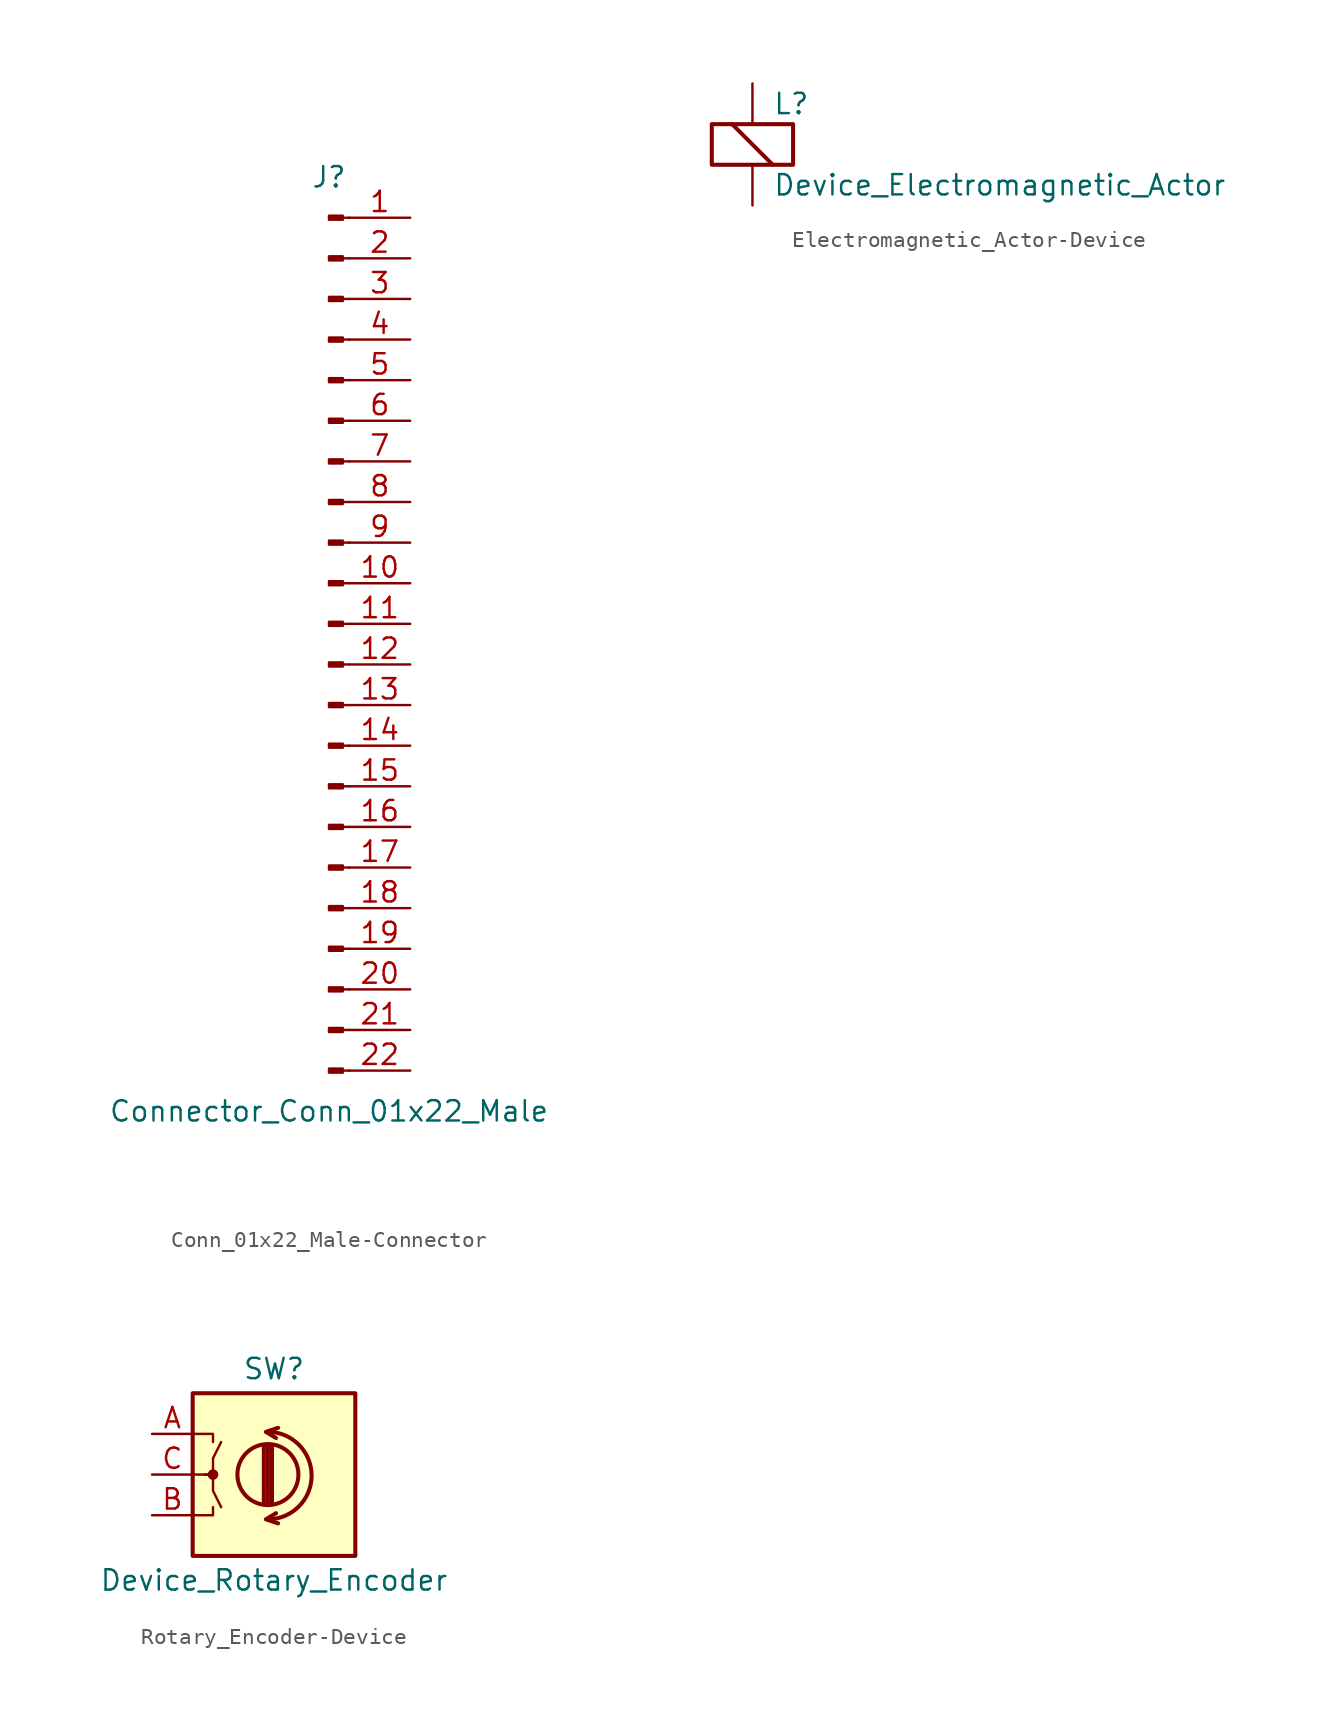
<source format=kicad_sym>
(kicad_symbol_lib
  (version 20220914)
  (generator kicad_symbol_editor)
  (symbol "Conn_01x22_Male-Connector"
    (pin_names
      (offset 1.016) hide)
    (property "Reference" "J"
      (at 0 27.94 0)
      (effects (font (size 1.27 1.27))))
    (property "Value" "Connector_Conn_01x22_Male"
      (at 0 -30.48 0)
      (effects (font (size 1.27 1.27))))
    (symbol "Conn_01x22_Male-Connector_1_1"
      (polyline (pts (xy 1.27 -27.94) (xy 0.864 -27.94)) (stroke (width 0.152) (type solid)) (fill (type none)))
      (polyline (pts (xy 1.27 -25.4) (xy 0.864 -25.4)) (stroke (width 0.152) (type solid)) (fill (type none)))
      (polyline (pts (xy 1.27 -22.86) (xy 0.864 -22.86)) (stroke (width 0.152) (type solid)) (fill (type none)))
      (polyline (pts (xy 1.27 -20.32) (xy 0.864 -20.32)) (stroke (width 0.152) (type solid)) (fill (type none)))
      (polyline (pts (xy 1.27 -17.78) (xy 0.864 -17.78)) (stroke (width 0.152) (type solid)) (fill (type none)))
      (polyline (pts (xy 1.27 -15.24) (xy 0.864 -15.24)) (stroke (width 0.152) (type solid)) (fill (type none)))
      (polyline (pts (xy 1.27 -12.7) (xy 0.864 -12.7)) (stroke (width 0.152) (type solid)) (fill (type none)))
      (polyline (pts (xy 1.27 -10.16) (xy 0.864 -10.16)) (stroke (width 0.152) (type solid)) (fill (type none)))
      (polyline (pts (xy 1.27 -7.62) (xy 0.864 -7.62)) (stroke (width 0.152) (type solid)) (fill (type none)))
      (polyline (pts (xy 1.27 -5.08) (xy 0.864 -5.08)) (stroke (width 0.152) (type solid)) (fill (type none)))
      (polyline (pts (xy 1.27 -2.54) (xy 0.864 -2.54)) (stroke (width 0.152) (type solid)) (fill (type none)))
      (polyline (pts (xy 1.27 0) (xy 0.864 0)) (stroke (width 0.152) (type solid)) (fill (type none)))
      (polyline (pts (xy 1.27 2.54) (xy 0.864 2.54)) (stroke (width 0.152) (type solid)) (fill (type none)))
      (polyline (pts (xy 1.27 5.08) (xy 0.864 5.08)) (stroke (width 0.152) (type solid)) (fill (type none)))
      (polyline (pts (xy 1.27 7.62) (xy 0.864 7.62)) (stroke (width 0.152) (type solid)) (fill (type none)))
      (polyline (pts (xy 1.27 10.16) (xy 0.864 10.16)) (stroke (width 0.152) (type solid)) (fill (type none)))
      (polyline (pts (xy 1.27 12.7) (xy 0.864 12.7)) (stroke (width 0.152) (type solid)) (fill (type none)))
      (polyline (pts (xy 1.27 15.24) (xy 0.864 15.24)) (stroke (width 0.152) (type solid)) (fill (type none)))
      (polyline (pts (xy 1.27 17.78) (xy 0.864 17.78)) (stroke (width 0.152) (type solid)) (fill (type none)))
      (polyline (pts (xy 1.27 20.32) (xy 0.864 20.32)) (stroke (width 0.152) (type solid)) (fill (type none)))
      (polyline (pts (xy 1.27 22.86) (xy 0.864 22.86)) (stroke (width 0.152) (type solid)) (fill (type none)))
      (polyline (pts (xy 1.27 25.4) (xy 0.864 25.4)) (stroke (width 0.152) (type solid)) (fill (type none)))
      (rectangle (start 0.864 -27.813) (end 0 -28.067) (stroke (width 0.152) (type solid)) (fill (type outline)))
      (rectangle (start 0.864 -25.273) (end 0 -25.527) (stroke (width 0.152) (type solid)) (fill (type outline)))
      (rectangle (start 0.864 -22.733) (end 0 -22.987) (stroke (width 0.152) (type solid)) (fill (type outline)))
      (rectangle (start 0.864 -20.193) (end 0 -20.447) (stroke (width 0.152) (type solid)) (fill (type outline)))
      (rectangle (start 0.864 -17.653) (end 0 -17.907) (stroke (width 0.152) (type solid)) (fill (type outline)))
      (rectangle (start 0.864 -15.113) (end 0 -15.367) (stroke (width 0.152) (type solid)) (fill (type outline)))
      (rectangle (start 0.864 -12.573) (end 0 -12.827) (stroke (width 0.152) (type solid)) (fill (type outline)))
      (rectangle (start 0.864 -10.033) (end 0 -10.287) (stroke (width 0.152) (type solid)) (fill (type outline)))
      (rectangle (start 0.864 -7.493) (end 0 -7.747) (stroke (width 0.152) (type solid)) (fill (type outline)))
      (rectangle (start 0.864 -4.953) (end 0 -5.207) (stroke (width 0.152) (type solid)) (fill (type outline)))
      (rectangle (start 0.864 -2.413) (end 0 -2.667) (stroke (width 0.152) (type solid)) (fill (type outline)))
      (rectangle (start 0.864 0.127) (end 0 -0.127) (stroke (width 0.152) (type solid)) (fill (type outline)))
      (rectangle (start 0.864 2.667) (end 0 2.413) (stroke (width 0.152) (type solid)) (fill (type outline)))
      (rectangle (start 0.864 5.207) (end 0 4.953) (stroke (width 0.152) (type solid)) (fill (type outline)))
      (rectangle (start 0.864 7.747) (end 0 7.493) (stroke (width 0.152) (type solid)) (fill (type outline)))
      (rectangle (start 0.864 10.287) (end 0 10.033) (stroke (width 0.152) (type solid)) (fill (type outline)))
      (rectangle (start 0.864 12.827) (end 0 12.573) (stroke (width 0.152) (type solid)) (fill (type outline)))
      (rectangle (start 0.864 15.367) (end 0 15.113) (stroke (width 0.152) (type solid)) (fill (type outline)))
      (rectangle (start 0.864 17.907) (end 0 17.653) (stroke (width 0.152) (type solid)) (fill (type outline)))
      (rectangle (start 0.864 20.447) (end 0 20.193) (stroke (width 0.152) (type solid)) (fill (type outline)))
      (rectangle (start 0.864 22.987) (end 0 22.733) (stroke (width 0.152) (type solid)) (fill (type outline)))
      (rectangle (start 0.864 25.527) (end 0 25.273) (stroke (width 0.152) (type solid)) (fill (type outline)))
      (pin passive line (at 5.08 25.4 180) (length 3.81) (name "Pin_1" (effects (font (size 1.27 1.27)))) (number "1" (effects (font (size 1.27 1.27)))))
      (pin passive line (at 5.08 2.54 180) (length 3.81) (name "Pin_10" (effects (font (size 1.27 1.27)))) (number "10" (effects (font (size 1.27 1.27)))))
      (pin passive line (at 5.08 0 180) (length 3.81) (name "Pin_11" (effects (font (size 1.27 1.27)))) (number "11" (effects (font (size 1.27 1.27)))))
      (pin passive line (at 5.08 -2.54 180) (length 3.81) (name "Pin_12" (effects (font (size 1.27 1.27)))) (number "12" (effects (font (size 1.27 1.27)))))
      (pin passive line (at 5.08 -5.08 180) (length 3.81) (name "Pin_13" (effects (font (size 1.27 1.27)))) (number "13" (effects (font (size 1.27 1.27)))))
      (pin passive line (at 5.08 -7.62 180) (length 3.81) (name "Pin_14" (effects (font (size 1.27 1.27)))) (number "14" (effects (font (size 1.27 1.27)))))
      (pin passive line (at 5.08 -10.16 180) (length 3.81) (name "Pin_15" (effects (font (size 1.27 1.27)))) (number "15" (effects (font (size 1.27 1.27)))))
      (pin passive line (at 5.08 -12.7 180) (length 3.81) (name "Pin_16" (effects (font (size 1.27 1.27)))) (number "16" (effects (font (size 1.27 1.27)))))
      (pin passive line (at 5.08 -15.24 180) (length 3.81) (name "Pin_17" (effects (font (size 1.27 1.27)))) (number "17" (effects (font (size 1.27 1.27)))))
      (pin passive line (at 5.08 -17.78 180) (length 3.81) (name "Pin_18" (effects (font (size 1.27 1.27)))) (number "18" (effects (font (size 1.27 1.27)))))
      (pin passive line (at 5.08 -20.32 180) (length 3.81) (name "Pin_19" (effects (font (size 1.27 1.27)))) (number "19" (effects (font (size 1.27 1.27)))))
      (pin passive line (at 5.08 22.86 180) (length 3.81) (name "Pin_2" (effects (font (size 1.27 1.27)))) (number "2" (effects (font (size 1.27 1.27)))))
      (pin passive line (at 5.08 -22.86 180) (length 3.81) (name "Pin_20" (effects (font (size 1.27 1.27)))) (number "20" (effects (font (size 1.27 1.27)))))
      (pin passive line (at 5.08 -25.4 180) (length 3.81) (name "Pin_21" (effects (font (size 1.27 1.27)))) (number "21" (effects (font (size 1.27 1.27)))))
      (pin passive line (at 5.08 -27.94 180) (length 3.81) (name "Pin_22" (effects (font (size 1.27 1.27)))) (number "22" (effects (font (size 1.27 1.27)))))
      (pin passive line (at 5.08 20.32 180) (length 3.81) (name "Pin_3" (effects (font (size 1.27 1.27)))) (number "3" (effects (font (size 1.27 1.27)))))
      (pin passive line (at 5.08 17.78 180) (length 3.81) (name "Pin_4" (effects (font (size 1.27 1.27)))) (number "4" (effects (font (size 1.27 1.27)))))
      (pin passive line (at 5.08 15.24 180) (length 3.81) (name "Pin_5" (effects (font (size 1.27 1.27)))) (number "5" (effects (font (size 1.27 1.27)))))
      (pin passive line (at 5.08 12.7 180) (length 3.81) (name "Pin_6" (effects (font (size 1.27 1.27)))) (number "6" (effects (font (size 1.27 1.27)))))
      (pin passive line (at 5.08 10.16 180) (length 3.81) (name "Pin_7" (effects (font (size 1.27 1.27)))) (number "7" (effects (font (size 1.27 1.27)))))
      (pin passive line (at 5.08 7.62 180) (length 3.81) (name "Pin_8" (effects (font (size 1.27 1.27)))) (number "8" (effects (font (size 1.27 1.27)))))
      (pin passive line (at 5.08 5.08 180) (length 3.81) (name "Pin_9" (effects (font (size 1.27 1.27)))) (number "9" (effects (font (size 1.27 1.27)))))))
  (symbol "Electromagnetic_Actor-Device"
    (pin_numbers hide)
    (pin_names
      (offset 0.025) hide)
    (property "Reference" "L"
      (at 1.27 3.81 0)
      (effects (font (size 1.27 1.27)) (justify left)))
    (property "Value" "Device_Electromagnetic_Actor"
      (at 1.27 -1.27 0)
      (effects (font (size 1.27 1.27)) (justify left)))
    (symbol "Electromagnetic_Actor-Device_0_1"
      (rectangle (start -2.54 2.54) (end 2.54 0) (stroke (width 0.254) (type solid)) (fill (type none)))
      (polyline (pts (xy -1.27 2.54) (xy 1.27 0)) (stroke (width 0.254) (type solid)) (fill (type none))))
    (symbol "Electromagnetic_Actor-Device_1_1"
      (pin passive line (at 0 5.08 270) (length 2.54) (name "-" (effects (font (size 1.27 1.27)))) (number "1" (effects (font (size 1.27 1.27)))))
      (pin passive line (at 0 -2.54 90) (length 2.54) (name "+" (effects (font (size 1.27 1.27)))) (number "2" (effects (font (size 1.27 1.27)))))))
  (symbol "Rotary_Encoder-Device"
    (pin_names
      (offset 0.254) hide)
    (property "Reference" "SW"
      (at 0 6.604 0)
      (effects (font (size 1.27 1.27))))
    (property "Value" "Device_Rotary_Encoder"
      (at 0 -6.604 0)
      (effects (font (size 1.27 1.27))))
    (symbol "Rotary_Encoder-Device_0_1"
      (rectangle (start -5.08 5.08) (end 5.08 -5.08) (stroke (width 0.254) (type solid)) (fill (type background)))
      (circle (center -3.81 0) (radius 0.254) (stroke (width 0) (type solid)) (fill (type outline)))
      (arc (start -0.381 -2.794) (mid 2.3376 -0.0635) (end -0.381 2.667) (stroke (width 0.254) (type solid)) (fill (type none)))
      (circle (center -0.381 0) (radius 1.905) (stroke (width 0.254) (type solid)) (fill (type none)))
      (polyline (pts (xy -0.635 -1.778) (xy -0.635 1.778)) (stroke (width 0.254) (type solid)) (fill (type none)))
      (polyline (pts (xy -0.381 -1.778) (xy -0.381 1.778)) (stroke (width 0.254) (type solid)) (fill (type none)))
      (polyline (pts (xy -0.127 1.778) (xy -0.127 -1.778)) (stroke (width 0.254) (type solid)) (fill (type none)))
      (polyline (pts (xy -5.08 -2.54) (xy -3.81 -2.54) (xy -3.81 -2.032)) (stroke (width 0) (type solid)) (fill (type none)))
      (polyline (pts (xy -5.08 2.54) (xy -3.81 2.54) (xy -3.81 2.032)) (stroke (width 0) (type solid)) (fill (type none)))
      (polyline (pts (xy 0.254 -3.048) (xy -0.508 -2.794) (xy 0.127 -2.413)) (stroke (width 0.254) (type solid)) (fill (type none)))
      (polyline (pts (xy 0.254 2.921) (xy -0.508 2.667) (xy 0.127 2.286)) (stroke (width 0.254) (type solid)) (fill (type none)))
      (polyline (pts (xy -5.08 0) (xy -3.81 0) (xy -3.81 -1.016) (xy -3.302 -2.032)) (stroke (width 0) (type solid)) (fill (type none)))
      (polyline (pts (xy -4.318 0) (xy -3.81 0) (xy -3.81 1.016) (xy -3.302 2.032)) (stroke (width 0) (type solid)) (fill (type none))))
    (symbol "Rotary_Encoder-Device_1_1"
      (pin passive line (at -7.62 2.54 0) (length 2.54) (name "A" (effects (font (size 1.27 1.27)))) (number "A" (effects (font (size 1.27 1.27)))))
      (pin passive line (at -7.62 -2.54 0) (length 2.54) (name "B" (effects (font (size 1.27 1.27)))) (number "B" (effects (font (size 1.27 1.27)))))
      (pin passive line (at -7.62 0 0) (length 2.54) (name "C" (effects (font (size 1.27 1.27)))) (number "C" (effects (font (size 1.27 1.27))))))))
</source>
